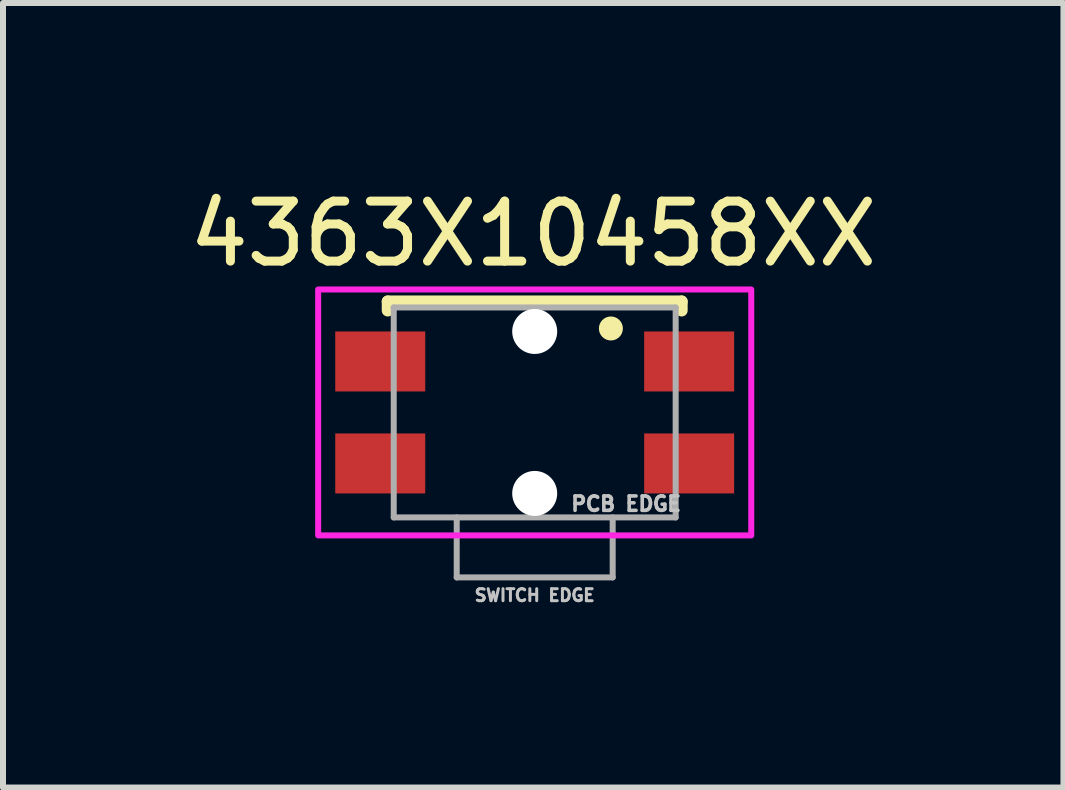
<source format=kicad_pcb>
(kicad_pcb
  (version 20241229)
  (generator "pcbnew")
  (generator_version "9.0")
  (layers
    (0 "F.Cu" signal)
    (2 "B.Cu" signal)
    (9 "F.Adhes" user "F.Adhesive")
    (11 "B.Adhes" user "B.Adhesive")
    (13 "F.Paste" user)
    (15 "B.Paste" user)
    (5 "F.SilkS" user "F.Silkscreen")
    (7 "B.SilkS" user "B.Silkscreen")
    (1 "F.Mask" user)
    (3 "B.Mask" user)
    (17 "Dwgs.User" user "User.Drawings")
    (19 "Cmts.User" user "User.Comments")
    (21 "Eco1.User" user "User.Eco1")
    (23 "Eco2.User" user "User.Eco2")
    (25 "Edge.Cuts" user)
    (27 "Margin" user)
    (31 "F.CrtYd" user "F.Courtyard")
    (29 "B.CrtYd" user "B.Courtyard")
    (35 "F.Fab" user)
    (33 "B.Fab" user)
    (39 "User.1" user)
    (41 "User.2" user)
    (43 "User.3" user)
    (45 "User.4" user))
  (footprint "4363X10458XX"
    (layer "F.Cu")
    (at 5.864 3.826)
    (property "Reference" "4363X10458XX" (at -0.025 -2.978 0) (layer "F.SilkS") (effects (font (size 1 1) (thickness 0.15))))
    (attr smd)
    (fp_line (start -2.45 -1.85) (end 2.45 -1.85) (stroke (width 0.2) (type solid)) (layer "F.SilkS"))
    (fp_line (start -2.45 -1.7) (end -2.45 -1.85) (stroke (width 0.2) (type solid)) (layer "F.SilkS"))
    (fp_line (start 2.45 -1.85) (end 2.45 -1.7) (stroke (width 0.2) (type solid)) (layer "F.SilkS"))
    (fp_circle (center 1.27 -1.4) (end 1.37 -1.4) (stroke (width 0.2) (type solid)) (fill no) (layer "F.SilkS"))
    (fp_poly (pts (xy -3.61 -2.05) (xy 3.61 -2.05) (xy 3.61 2.05) (xy -3.61 2.05)) (stroke (width 0.1) (type solid)) (fill no) (layer "F.CrtYd"))
    (fp_line (start -2.35 -1.75) (end -2.35 1.75) (stroke (width 0.1) (type solid)) (layer "F.Fab"))
    (fp_line (start -1.3 1.75) (end -1.3 2.75) (stroke (width 0.1) (type solid)) (layer "F.Fab"))
    (fp_line (start -1.3 2.75) (end 1.3 2.75) (stroke (width 0.1) (type solid)) (layer "F.Fab"))
    (fp_line (start 1.3 2.75) (end 1.3 1.75) (stroke (width 0.1) (type solid)) (layer "F.Fab"))
    (fp_line (start 2.35 -1.75) (end -2.35 -1.75) (stroke (width 0.1) (type solid)) (layer "F.Fab"))
    (fp_line (start 2.35 1.75) (end -2.35 1.75) (stroke (width 0.1) (type solid)) (layer "F.Fab"))
    (fp_line (start 2.35 1.75) (end 2.35 -1.75) (stroke (width 0.1) (type solid)) (layer "F.Fab"))
    (fp_text user "PCB EDGE" (at 1.524 1.524 0) (layer "Dwgs.User") (effects (font (size 0.24 0.24) (thickness 0.15))))
    (fp_text user "SWITCH EDGE" (at 0 3.048 0) (layer "Dwgs.User") (effects (font (size 0.2 0.2) (thickness 0.15))))
    (pad "" np_thru_hole circle (at 0 -1.35) (size 0.75 0.75) (drill 0.75) (layers "*.Cu" "*.Mask"))
    (pad "" np_thru_hole circle (at 0 1.35) (size 0.75 0.75) (drill 0.75) (layers "*.Cu" "*.Mask"))
    (pad "1" smd rect (at 2.575 -0.85) (size 1.5 1) (layers "F.Cu" "F.Mask" "F.Paste"))
    (pad "2" smd rect (at 2.575 0.85) (size 1.5 1) (layers "F.Cu" "F.Mask" "F.Paste"))
    (pad "3" smd rect (at -2.575 -0.85) (size 1.5 1) (layers "F.Cu" "F.Mask" "F.Paste"))
    (pad "4" smd rect (at -2.575 0.85) (size 1.5 1) (layers "F.Cu" "F.Mask" "F.Paste")))
  (gr_rect
    (start -3 -3)
    (end 14.679 10.079)
    (stroke (width 0.1) (type default))
    (fill no)
    (layer "Edge.Cuts")))
</source>
